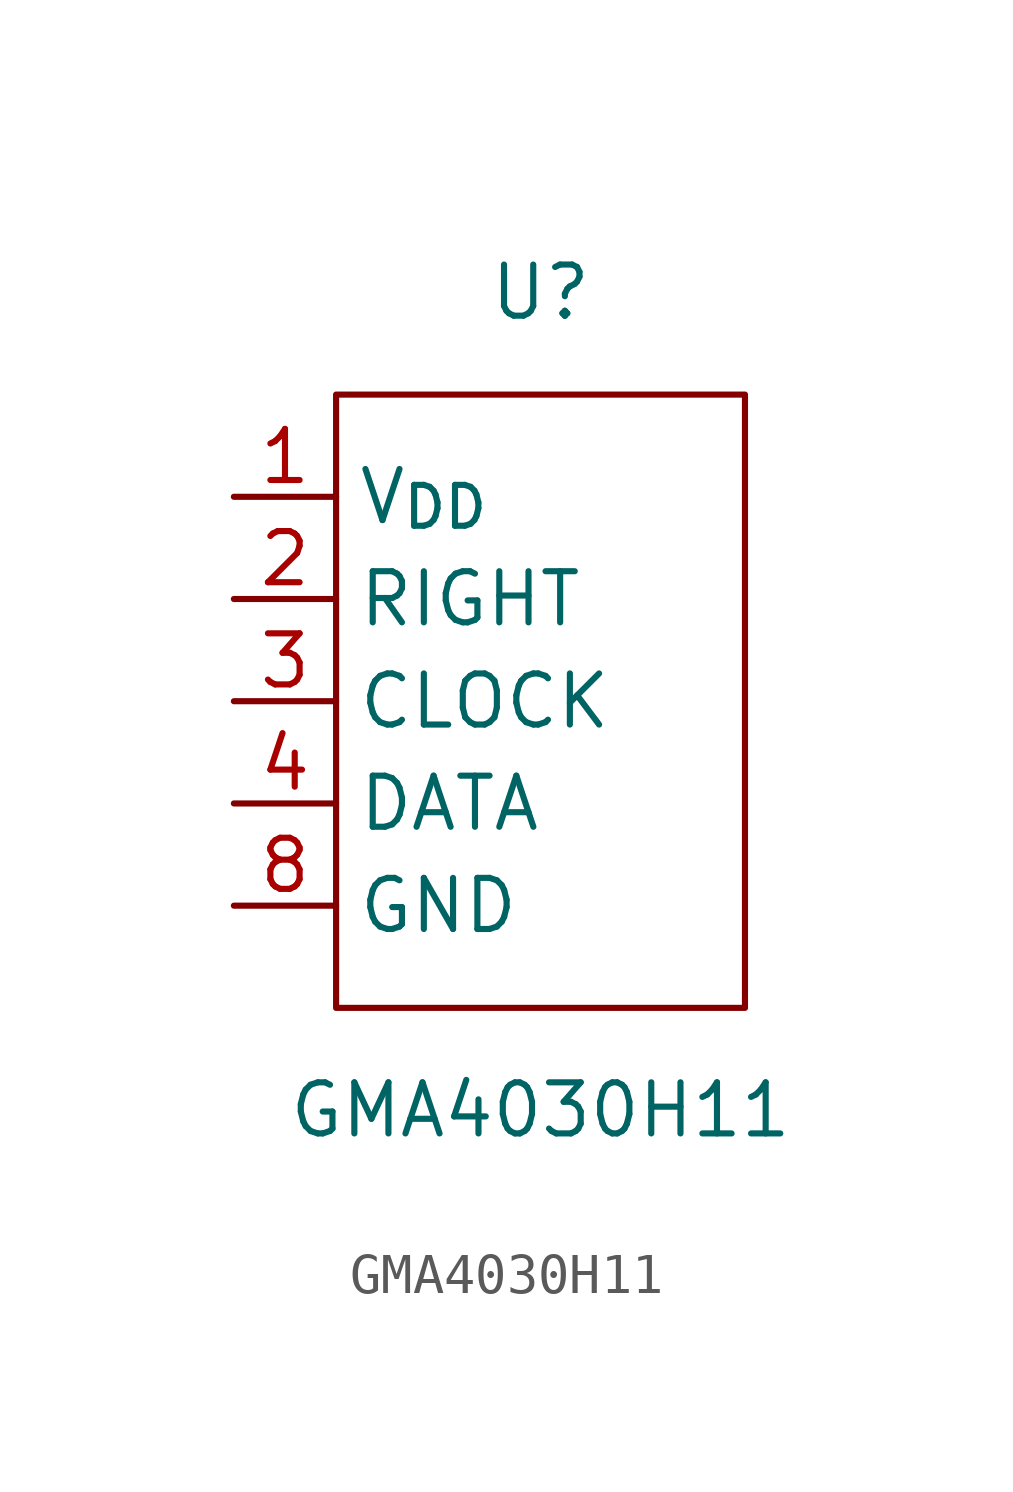
<source format=kicad_sym>
(kicad_symbol_lib
  (version 20220914)
  (generator kicad_symbol_editor)
  (symbol "GMA4030H11"
    (property "Reference" "U"
      (at 0 5.08 0)
      (effects (font (size 1.27 1.27))))
    (property "Value" "GMA4030H11"
      (at 0 -15.24 0)
      (effects (font (size 1.27 1.27))))
    (symbol "GMA4030H11_0_1"
      (rectangle (start -5.08 2.54) (end 5.08 -12.7) (stroke (width 0) (type default)) (fill (type none))))
    (symbol "GMA4030H11_1_1"
      (pin power_in line (at -7.62 0 0) (length 2.54) (name "V_{DD}" (effects (font (size 1.27 1.27)))) (number "1" (effects (font (size 1.27 1.27)))))
      (pin input line (at -7.62 -2.54 0) (length 2.54) (name "RIGHT" (effects (font (size 1.27 1.27)))) (number "2" (effects (font (size 1.27 1.27)))))
      (pin input line (at -7.62 -5.08 0) (length 2.54) (name "CLOCK" (effects (font (size 1.27 1.27)))) (number "3" (effects (font (size 1.27 1.27)))))
      (pin output line (at -7.62 -7.62 0) (length 2.54) (name "DATA" (effects (font (size 1.27 1.27)))) (number "4" (effects (font (size 1.27 1.27)))))
      (pin power_in line (at -7.62 -10.16 0) (length 2.54) hide (name "GND" (effects (font (size 1.27 1.27)))) (number "5" (effects (font (size 1.27 1.27)))))
      (pin power_in line (at -7.62 -10.16 0) (length 2.54) hide (name "GND" (effects (font (size 1.27 1.27)))) (number "6" (effects (font (size 1.27 1.27)))))
      (pin power_in line (at -7.62 -10.16 0) (length 2.54) hide (name "GND" (effects (font (size 1.27 1.27)))) (number "7" (effects (font (size 1.27 1.27)))))
      (pin power_in line (at -7.62 -10.16 0) (length 2.54) (name "GND" (effects (font (size 1.27 1.27)))) (number "8" (effects (font (size 1.27 1.27))))))))
</source>
